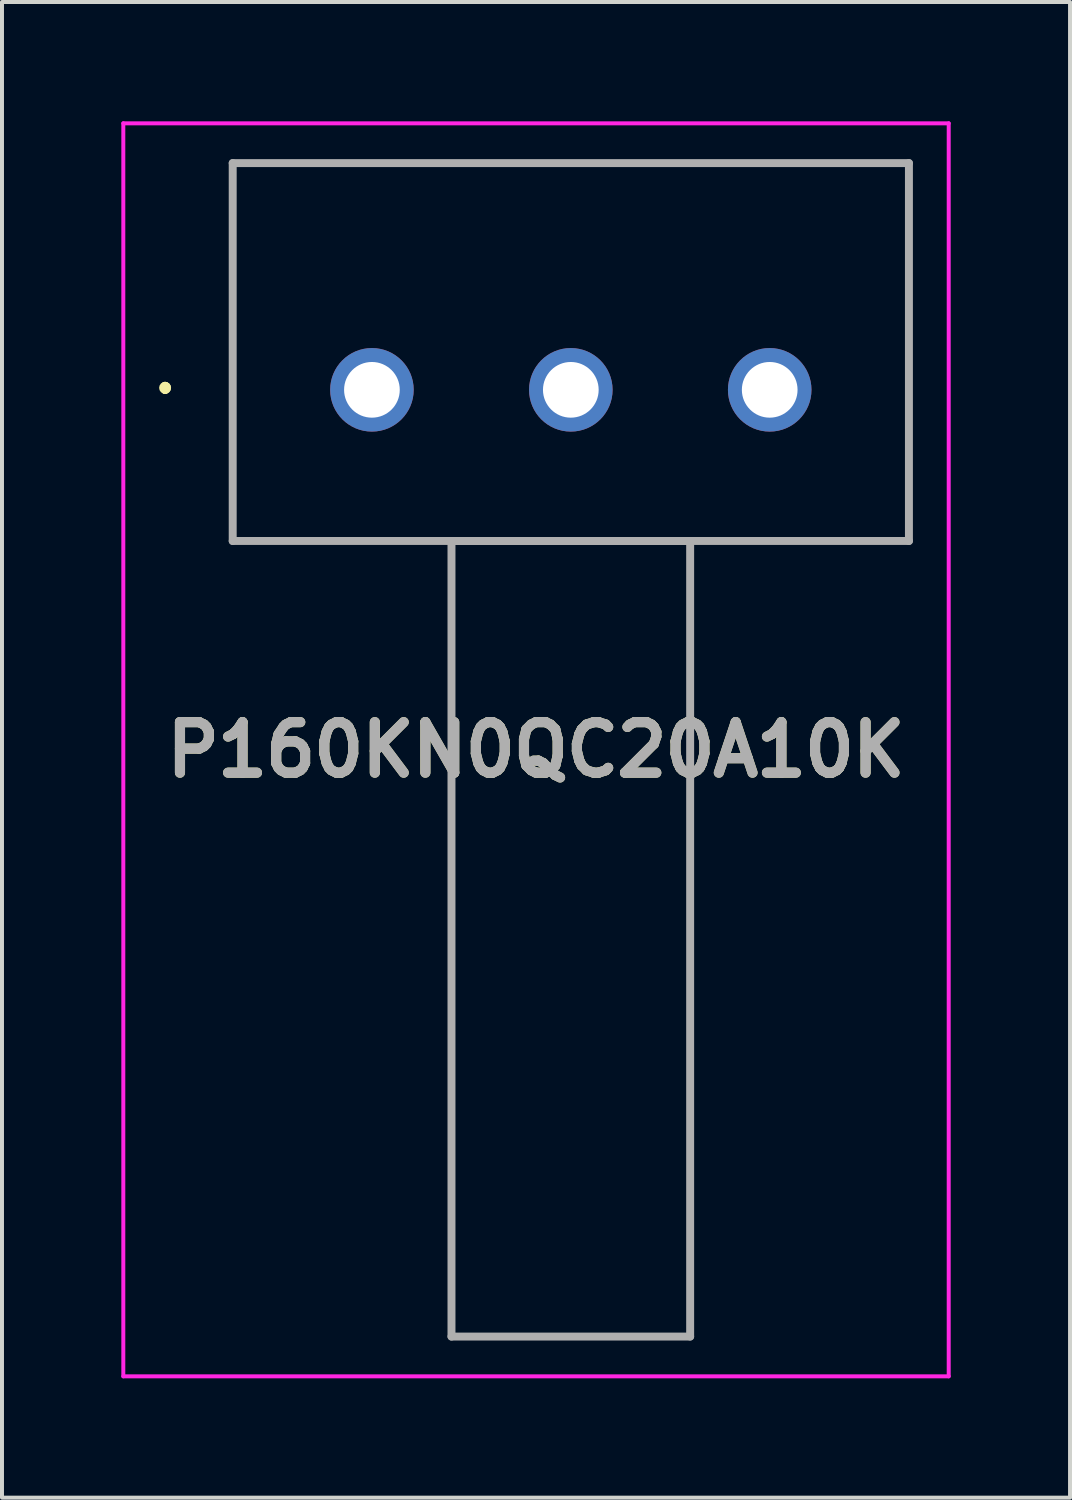
<source format=kicad_pcb>
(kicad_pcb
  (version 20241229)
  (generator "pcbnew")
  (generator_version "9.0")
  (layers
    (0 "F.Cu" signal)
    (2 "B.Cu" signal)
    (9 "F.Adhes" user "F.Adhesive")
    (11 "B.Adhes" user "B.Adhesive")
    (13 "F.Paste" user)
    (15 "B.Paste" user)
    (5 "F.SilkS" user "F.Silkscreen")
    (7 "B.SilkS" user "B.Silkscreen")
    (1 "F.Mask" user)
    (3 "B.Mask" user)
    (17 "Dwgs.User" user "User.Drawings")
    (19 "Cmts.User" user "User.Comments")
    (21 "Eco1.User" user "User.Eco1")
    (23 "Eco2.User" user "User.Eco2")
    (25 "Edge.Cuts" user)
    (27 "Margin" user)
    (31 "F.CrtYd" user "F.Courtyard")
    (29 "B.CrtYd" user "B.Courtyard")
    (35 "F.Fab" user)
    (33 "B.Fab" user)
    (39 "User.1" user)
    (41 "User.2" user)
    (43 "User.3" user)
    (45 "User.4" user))
  (footprint "P160KN0QC20A10K"
    (layer "F.Cu")
    (at 6.3 6.75)
    (property "Reference" "P160KN0QC20A10K" (at 4.125 9.05 0) (layer "F.SilkS") (effects (font (size 1.27 1.27) (thickness 0.254))))
    (attr through_hole)
    (fp_line (start -5.2 -0.1) (end -5.2 -0.1) (stroke (width 0.2) (type solid)) (layer "F.SilkS"))
    (fp_line (start -5.2 0) (end -5.2 0) (stroke (width 0.2) (type solid)) (layer "F.SilkS"))
    (fp_line (start -5.2 0) (end -5.2 0) (stroke (width 0.2) (type solid)) (layer "F.SilkS"))
    (fp_line (start -3.5 -5.7) (end 13.5 -5.7) (stroke (width 0.1) (type solid)) (layer "F.SilkS"))
    (fp_line (start -3.5 3.8) (end -3.5 -5.7) (stroke (width 0.1) (type solid)) (layer "F.SilkS"))
    (fp_line (start 2 3.8) (end 8 3.8) (stroke (width 0.1) (type solid)) (layer "F.SilkS"))
    (fp_line (start 13.5 -5.7) (end 13.5 3.8) (stroke (width 0.1) (type solid)) (layer "F.SilkS"))
    (fp_line (start 13.5 3.8) (end -3.5 3.8) (stroke (width 0.1) (type solid)) (layer "F.SilkS"))
    (fp_arc (start -5.2 -0.1) (mid -5.15 -0.05) (end -5.2 0) (stroke (width 0.2) (type solid)) (layer "F.SilkS"))
    (fp_arc (start -5.2 -0.1) (mid -5.15 -0.05) (end -5.2 0) (stroke (width 0.2) (type solid)) (layer "F.SilkS"))
    (fp_arc (start -5.2 0) (mid -5.25 -0.05) (end -5.2 -0.1) (stroke (width 0.2) (type solid)) (layer "F.SilkS"))
    (fp_line (start -6.25 -6.7) (end 14.5 -6.7) (stroke (width 0.1) (type solid)) (layer "F.CrtYd"))
    (fp_line (start -6.25 24.8) (end -6.25 -6.7) (stroke (width 0.1) (type solid)) (layer "F.CrtYd"))
    (fp_line (start 14.5 -6.7) (end 14.5 24.8) (stroke (width 0.1) (type solid)) (layer "F.CrtYd"))
    (fp_line (start 14.5 24.8) (end -6.25 24.8) (stroke (width 0.1) (type solid)) (layer "F.CrtYd"))
    (fp_line (start -3.5 -5.7) (end -3.5 3.8) (stroke (width 0.2) (type solid)) (layer "F.Fab"))
    (fp_line (start -3.5 3.8) (end 13.5 3.8) (stroke (width 0.2) (type solid)) (layer "F.Fab"))
    (fp_line (start 2 3.8) (end 8 3.8) (stroke (width 0.2) (type solid)) (layer "F.Fab"))
    (fp_line (start 2 23.8) (end 2 3.8) (stroke (width 0.1) (type solid)) (layer "F.Fab"))
    (fp_line (start 2 23.8) (end 2 3.8) (stroke (width 0.2) (type solid)) (layer "F.Fab"))
    (fp_line (start 8 3.8) (end 8 23.8) (stroke (width 0.1) (type solid)) (layer "F.Fab"))
    (fp_line (start 8 3.8) (end 8 23.8) (stroke (width 0.2) (type solid)) (layer "F.Fab"))
    (fp_line (start 8 23.8) (end 2 23.8) (stroke (width 0.1) (type solid)) (layer "F.Fab"))
    (fp_line (start 8 23.8) (end 2 23.8) (stroke (width 0.2) (type solid)) (layer "F.Fab"))
    (fp_line (start 13.5 -5.7) (end -3.5 -5.7) (stroke (width 0.2) (type solid)) (layer "F.Fab"))
    (fp_line (start 13.5 3.8) (end 13.5 -5.7) (stroke (width 0.2) (type solid)) (layer "F.Fab"))
    (fp_text user "${REFERENCE}" (at 4.125 9.05 0) (layer "F.Fab") (effects (font (size 1.27 1.27) (thickness 0.254))))
    (pad "1" thru_hole circle (at 0 0) (size 2.1 2.1) (drill 1.4) (layers "*.Cu" "*.Mask"))
    (pad "2" thru_hole circle (at 5 0) (size 2.1 2.1) (drill 1.4) (layers "*.Cu" "*.Mask"))
    (pad "3" thru_hole circle (at 10 0) (size 2.1 2.1) (drill 1.4) (layers "*.Cu" "*.Mask")))
  (gr_rect
    (start -3 -3)
    (end 23.85 34.6)
    (stroke (width 0.1) (type default))
    (fill no)
    (layer "Edge.Cuts")))
</source>
